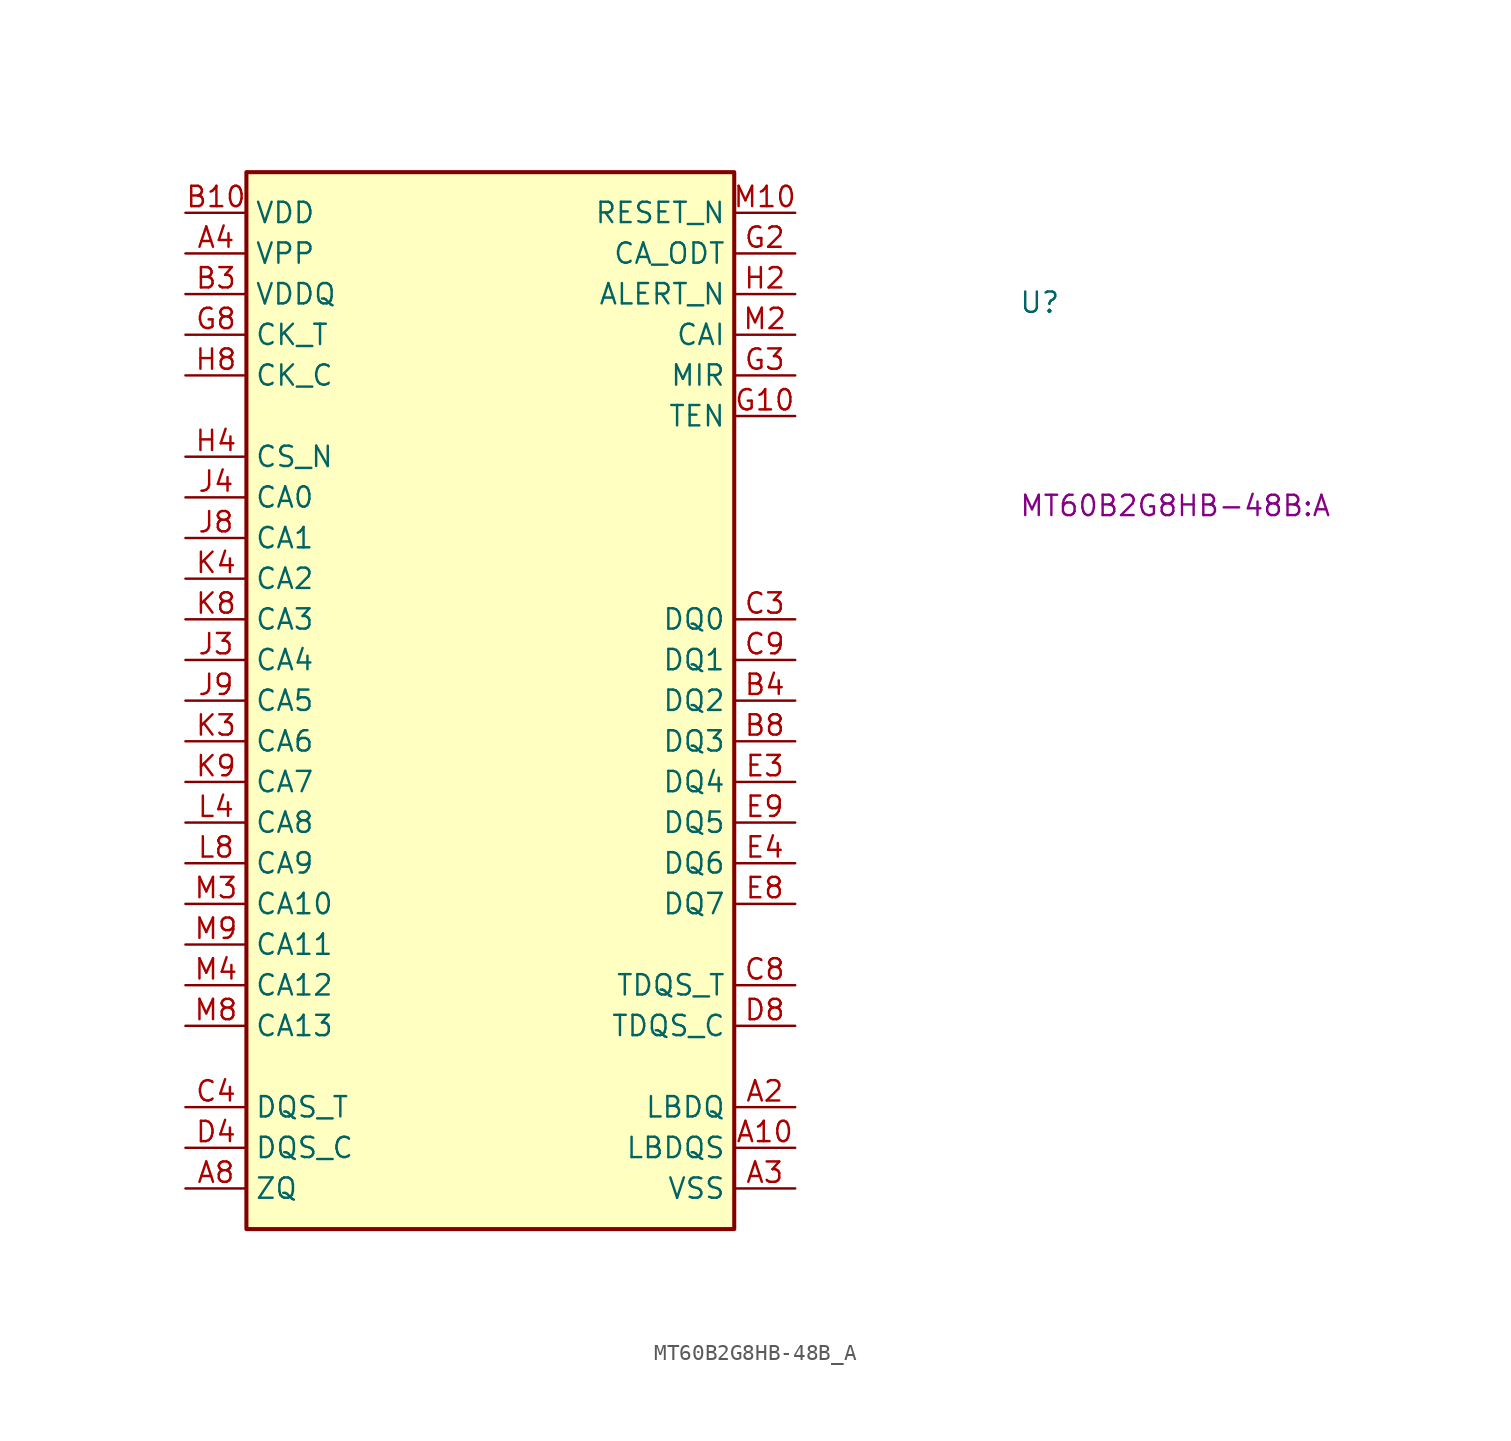
<source format=kicad_sym>
(kicad_symbol_lib
  (version 20220914)
  (generator kicad_symbol_editor)
  (symbol "MT60B2G8HB-48B_A"
    (property "Reference" "U"
      (at 52.07 -6.35 0)
      (effects (font (size 1.27 1.27) (thickness 0.15)) (justify left bottom)))
    (property "MPN" "MT60B2G8HB-48B:A"
      (at 52.07 -19.05 0)
      (effects (font (size 1.27 1.27) (thickness 0.15)) (justify left bottom)))
    (symbol "MT60B2G8HB-48B_A_1_1"
      (rectangle (start 3.81 -63.5) (end 34.29 2.54) (stroke (width 0.254) (type default)) (fill (type background)))
      (pin no_connect line (at 34.29 -22.86 180) (length 3.81) hide (name "DNU" (effects (font (size 1.27 1.27)))) (number "A1" (effects (font (size 1.27 1.27)))))
      (pin input line (at 38.1 -58.42 180) (length 3.81) (name "LBDQS" (effects (font (size 1.27 1.27)))) (number "A10" (effects (font (size 1.27 1.27)))))
      (pin no_connect line (at 34.29 -20.32 180) (length 3.81) hide (name "DNU" (effects (font (size 1.27 1.27)))) (number "A11" (effects (font (size 1.27 1.27)))))
      (pin input line (at 38.1 -55.88 180) (length 3.81) (name "LBDQ" (effects (font (size 1.27 1.27)))) (number "A2" (effects (font (size 1.27 1.27)))))
      (pin passive line (at 38.1 -60.96 180) (length 3.81) (name "VSS" (effects (font (size 1.27 1.27)))) (number "A3" (effects (font (size 1.27 1.27)))))
      (pin power_in line (at 0 -2.54 0) (length 3.81) (name "VPP" (effects (font (size 1.27 1.27)))) (number "A4" (effects (font (size 1.27 1.27)))))
      (pin input line (at 0 -60.96 0) (length 3.81) (name "ZQ" (effects (font (size 1.27 1.27)))) (number "A8" (effects (font (size 1.27 1.27)))))
      (pin passive line (at 38.1 -60.96 180) (length 3.81) hide (name "VSS" (effects (font (size 1.27 1.27)))) (number "A9" (effects (font (size 1.27 1.27)))))
      (pin power_in line (at 0 0 0) (length 3.81) (name "VDD" (effects (font (size 1.27 1.27)))) (number "B10" (effects (font (size 1.27 1.27)))))
      (pin power_in line (at 0 0 0) (length 3.81) hide (name "VDD" (effects (font (size 1.27 1.27)))) (number "B2" (effects (font (size 1.27 1.27)))))
      (pin power_in line (at 0 -5.08 0) (length 3.81) (name "VDDQ" (effects (font (size 1.27 1.27)))) (number "B3" (effects (font (size 1.27 1.27)))))
      (pin bidirectional line (at 38.1 -30.48 180) (length 3.81) (name "DQ2" (effects (font (size 1.27 1.27)))) (number "B4" (effects (font (size 1.27 1.27)))))
      (pin bidirectional line (at 38.1 -33.02 180) (length 3.81) (name "DQ3" (effects (font (size 1.27 1.27)))) (number "B8" (effects (font (size 1.27 1.27)))))
      (pin power_in line (at 0 -5.08 0) (length 3.81) hide (name "VDDQ" (effects (font (size 1.27 1.27)))) (number "B9" (effects (font (size 1.27 1.27)))))
      (pin passive line (at 38.1 -60.96 180) (length 3.81) hide (name "VSS" (effects (font (size 1.27 1.27)))) (number "C10" (effects (font (size 1.27 1.27)))))
      (pin passive line (at 38.1 -60.96 180) (length 3.81) hide (name "VSS" (effects (font (size 1.27 1.27)))) (number "C2" (effects (font (size 1.27 1.27)))))
      (pin bidirectional line (at 38.1 -25.4 180) (length 3.81) (name "DQ0" (effects (font (size 1.27 1.27)))) (number "C3" (effects (font (size 1.27 1.27)))))
      (pin bidirectional line (at 0 -55.88 0) (length 3.81) (name "DQS_T" (effects (font (size 1.27 1.27)))) (number "C4" (effects (font (size 1.27 1.27)))))
      (pin output line (at 38.1 -48.26 180) (length 3.81) (name "TDQS_T" (effects (font (size 1.27 1.27)))) (number "C8" (effects (font (size 1.27 1.27)))))
      (pin bidirectional line (at 38.1 -27.94 180) (length 3.81) (name "DQ1" (effects (font (size 1.27 1.27)))) (number "C9" (effects (font (size 1.27 1.27)))))
      (pin power_in line (at 0 -5.08 0) (length 3.81) hide (name "VDDQ" (effects (font (size 1.27 1.27)))) (number "D10" (effects (font (size 1.27 1.27)))))
      (pin power_in line (at 0 -5.08 0) (length 3.81) hide (name "VDDQ" (effects (font (size 1.27 1.27)))) (number "D2" (effects (font (size 1.27 1.27)))))
      (pin passive line (at 38.1 -60.96 180) (length 3.81) hide (name "VSS" (effects (font (size 1.27 1.27)))) (number "D3" (effects (font (size 1.27 1.27)))))
      (pin bidirectional line (at 0 -58.42 0) (length 3.81) (name "DQS_C" (effects (font (size 1.27 1.27)))) (number "D4" (effects (font (size 1.27 1.27)))))
      (pin output line (at 38.1 -50.8 180) (length 3.81) (name "TDQS_C" (effects (font (size 1.27 1.27)))) (number "D8" (effects (font (size 1.27 1.27)))))
      (pin passive line (at 38.1 -60.96 180) (length 3.81) hide (name "VSS" (effects (font (size 1.27 1.27)))) (number "D9" (effects (font (size 1.27 1.27)))))
      (pin power_in line (at 0 0 0) (length 3.81) hide (name "VDD" (effects (font (size 1.27 1.27)))) (number "E10" (effects (font (size 1.27 1.27)))))
      (pin power_in line (at 0 0 0) (length 3.81) hide (name "VDD" (effects (font (size 1.27 1.27)))) (number "E2" (effects (font (size 1.27 1.27)))))
      (pin bidirectional line (at 38.1 -35.56 180) (length 3.81) (name "DQ4" (effects (font (size 1.27 1.27)))) (number "E3" (effects (font (size 1.27 1.27)))))
      (pin bidirectional line (at 38.1 -40.64 180) (length 3.81) (name "DQ6" (effects (font (size 1.27 1.27)))) (number "E4" (effects (font (size 1.27 1.27)))))
      (pin bidirectional line (at 38.1 -43.18 180) (length 3.81) (name "DQ7" (effects (font (size 1.27 1.27)))) (number "E8" (effects (font (size 1.27 1.27)))))
      (pin bidirectional line (at 38.1 -38.1 180) (length 3.81) (name "DQ5" (effects (font (size 1.27 1.27)))) (number "E9" (effects (font (size 1.27 1.27)))))
      (pin passive line (at 38.1 -60.96 180) (length 3.81) hide (name "VSS" (effects (font (size 1.27 1.27)))) (number "F10" (effects (font (size 1.27 1.27)))))
      (pin passive line (at 38.1 -60.96 180) (length 3.81) hide (name "VSS" (effects (font (size 1.27 1.27)))) (number "F2" (effects (font (size 1.27 1.27)))))
      (pin power_in line (at 0 -5.08 0) (length 3.81) hide (name "VDDQ" (effects (font (size 1.27 1.27)))) (number "F3" (effects (font (size 1.27 1.27)))))
      (pin passive line (at 38.1 -60.96 180) (length 3.81) hide (name "VSS" (effects (font (size 1.27 1.27)))) (number "F4" (effects (font (size 1.27 1.27)))))
      (pin passive line (at 38.1 -60.96 180) (length 3.81) hide (name "VSS" (effects (font (size 1.27 1.27)))) (number "F8" (effects (font (size 1.27 1.27)))))
      (pin power_in line (at 0 -5.08 0) (length 3.81) hide (name "VDDQ" (effects (font (size 1.27 1.27)))) (number "F9" (effects (font (size 1.27 1.27)))))
      (pin input line (at 38.1 -12.7 180) (length 3.81) (name "TEN" (effects (font (size 1.27 1.27)))) (number "G10" (effects (font (size 1.27 1.27)))))
      (pin input line (at 38.1 -2.54 180) (length 3.81) (name "CA_ODT" (effects (font (size 1.27 1.27)))) (number "G2" (effects (font (size 1.27 1.27)))))
      (pin input line (at 38.1 -10.16 180) (length 3.81) (name "MIR" (effects (font (size 1.27 1.27)))) (number "G3" (effects (font (size 1.27 1.27)))))
      (pin power_in line (at 0 0 0) (length 3.81) hide (name "VDD" (effects (font (size 1.27 1.27)))) (number "G4" (effects (font (size 1.27 1.27)))))
      (pin input line (at 0 -7.62 0) (length 3.81) (name "CK_T" (effects (font (size 1.27 1.27)))) (number "G8" (effects (font (size 1.27 1.27)))))
      (pin power_in line (at 0 -5.08 0) (length 3.81) hide (name "VDDQ" (effects (font (size 1.27 1.27)))) (number "G9" (effects (font (size 1.27 1.27)))))
      (pin power_in line (at 0 0 0) (length 3.81) hide (name "VDD" (effects (font (size 1.27 1.27)))) (number "H10" (effects (font (size 1.27 1.27)))))
      (pin bidirectional line (at 38.1 -5.08 180) (length 3.81) (name "ALERT_N" (effects (font (size 1.27 1.27)))) (number "H2" (effects (font (size 1.27 1.27)))))
      (pin passive line (at 38.1 -60.96 180) (length 3.81) hide (name "VSS" (effects (font (size 1.27 1.27)))) (number "H3" (effects (font (size 1.27 1.27)))))
      (pin input line (at 0 -15.24 0) (length 3.81) (name "CS_N" (effects (font (size 1.27 1.27)))) (number "H4" (effects (font (size 1.27 1.27)))))
      (pin input line (at 0 -10.16 0) (length 3.81) (name "CK_C" (effects (font (size 1.27 1.27)))) (number "H8" (effects (font (size 1.27 1.27)))))
      (pin passive line (at 38.1 -60.96 180) (length 3.81) hide (name "VSS" (effects (font (size 1.27 1.27)))) (number "H9" (effects (font (size 1.27 1.27)))))
      (pin power_in line (at 0 -5.08 0) (length 3.81) hide (name "VDDQ" (effects (font (size 1.27 1.27)))) (number "J10" (effects (font (size 1.27 1.27)))))
      (pin power_in line (at 0 -5.08 0) (length 3.81) hide (name "VDDQ" (effects (font (size 1.27 1.27)))) (number "J2" (effects (font (size 1.27 1.27)))))
      (pin bidirectional line (at 0 -27.94 0) (length 3.81) (name "CA4" (effects (font (size 1.27 1.27)))) (number "J3" (effects (font (size 1.27 1.27)))))
      (pin bidirectional line (at 0 -17.78 0) (length 3.81) (name "CA0" (effects (font (size 1.27 1.27)))) (number "J4" (effects (font (size 1.27 1.27)))))
      (pin bidirectional line (at 0 -20.32 0) (length 3.81) (name "CA1" (effects (font (size 1.27 1.27)))) (number "J8" (effects (font (size 1.27 1.27)))))
      (pin bidirectional line (at 0 -30.48 0) (length 3.81) (name "CA5" (effects (font (size 1.27 1.27)))) (number "J9" (effects (font (size 1.27 1.27)))))
      (pin power_in line (at 0 0 0) (length 3.81) hide (name "VDD" (effects (font (size 1.27 1.27)))) (number "K10" (effects (font (size 1.27 1.27)))))
      (pin power_in line (at 0 0 0) (length 3.81) hide (name "VDD" (effects (font (size 1.27 1.27)))) (number "K2" (effects (font (size 1.27 1.27)))))
      (pin bidirectional line (at 0 -33.02 0) (length 3.81) (name "CA6" (effects (font (size 1.27 1.27)))) (number "K3" (effects (font (size 1.27 1.27)))))
      (pin bidirectional line (at 0 -22.86 0) (length 3.81) (name "CA2" (effects (font (size 1.27 1.27)))) (number "K4" (effects (font (size 1.27 1.27)))))
      (pin bidirectional line (at 0 -25.4 0) (length 3.81) (name "CA3" (effects (font (size 1.27 1.27)))) (number "K8" (effects (font (size 1.27 1.27)))))
      (pin bidirectional line (at 0 -35.56 0) (length 3.81) (name "CA7" (effects (font (size 1.27 1.27)))) (number "K9" (effects (font (size 1.27 1.27)))))
      (pin power_in line (at 0 -5.08 0) (length 3.81) hide (name "VDDQ" (effects (font (size 1.27 1.27)))) (number "L10" (effects (font (size 1.27 1.27)))))
      (pin power_in line (at 0 -5.08 0) (length 3.81) hide (name "VDDQ" (effects (font (size 1.27 1.27)))) (number "L2" (effects (font (size 1.27 1.27)))))
      (pin passive line (at 38.1 -60.96 180) (length 3.81) hide (name "VSS" (effects (font (size 1.27 1.27)))) (number "L3" (effects (font (size 1.27 1.27)))))
      (pin bidirectional line (at 0 -38.1 0) (length 3.81) (name "CA8" (effects (font (size 1.27 1.27)))) (number "L4" (effects (font (size 1.27 1.27)))))
      (pin bidirectional line (at 0 -40.64 0) (length 3.81) (name "CA9" (effects (font (size 1.27 1.27)))) (number "L8" (effects (font (size 1.27 1.27)))))
      (pin passive line (at 38.1 -60.96 180) (length 3.81) hide (name "VSS" (effects (font (size 1.27 1.27)))) (number "L9" (effects (font (size 1.27 1.27)))))
      (pin input line (at 38.1 0 180) (length 3.81) (name "RESET_N" (effects (font (size 1.27 1.27)))) (number "M10" (effects (font (size 1.27 1.27)))))
      (pin input line (at 38.1 -7.62 180) (length 3.81) (name "CAI" (effects (font (size 1.27 1.27)))) (number "M2" (effects (font (size 1.27 1.27)))))
      (pin bidirectional line (at 0 -43.18 0) (length 3.81) (name "CA10" (effects (font (size 1.27 1.27)))) (number "M3" (effects (font (size 1.27 1.27)))))
      (pin bidirectional line (at 0 -48.26 0) (length 3.81) (name "CA12" (effects (font (size 1.27 1.27)))) (number "M4" (effects (font (size 1.27 1.27)))))
      (pin bidirectional line (at 0 -50.8 0) (length 3.81) (name "CA13" (effects (font (size 1.27 1.27)))) (number "M8" (effects (font (size 1.27 1.27)))))
      (pin bidirectional line (at 0 -45.72 0) (length 3.81) (name "CA11" (effects (font (size 1.27 1.27)))) (number "M9" (effects (font (size 1.27 1.27)))))
      (pin no_connect line (at 34.29 -17.78 180) (length 3.81) hide (name "DNU" (effects (font (size 1.27 1.27)))) (number "N1" (effects (font (size 1.27 1.27)))))
      (pin power_in line (at 0 0 0) (length 3.81) hide (name "VDD" (effects (font (size 1.27 1.27)))) (number "N10" (effects (font (size 1.27 1.27)))))
      (pin no_connect line (at 34.29 -15.24 180) (length 3.81) hide (name "DNU" (effects (font (size 1.27 1.27)))) (number "N11" (effects (font (size 1.27 1.27)))))
      (pin power_in line (at 0 0 0) (length 3.81) hide (name "VDD" (effects (font (size 1.27 1.27)))) (number "N2" (effects (font (size 1.27 1.27)))))
      (pin passive line (at 38.1 -60.96 180) (length 3.81) hide (name "VSS" (effects (font (size 1.27 1.27)))) (number "N3" (effects (font (size 1.27 1.27)))))
      (pin power_in line (at 0 0 0) (length 3.81) hide (name "VDD" (effects (font (size 1.27 1.27)))) (number "N4" (effects (font (size 1.27 1.27)))))
      (pin power_in line (at 0 -2.54 0) (length 3.81) hide (name "VPP" (effects (font (size 1.27 1.27)))) (number "N8" (effects (font (size 1.27 1.27)))))
      (pin passive line (at 38.1 -60.96 180) (length 3.81) hide (name "VSS" (effects (font (size 1.27 1.27)))) (number "N9" (effects (font (size 1.27 1.27))))))))
</source>
